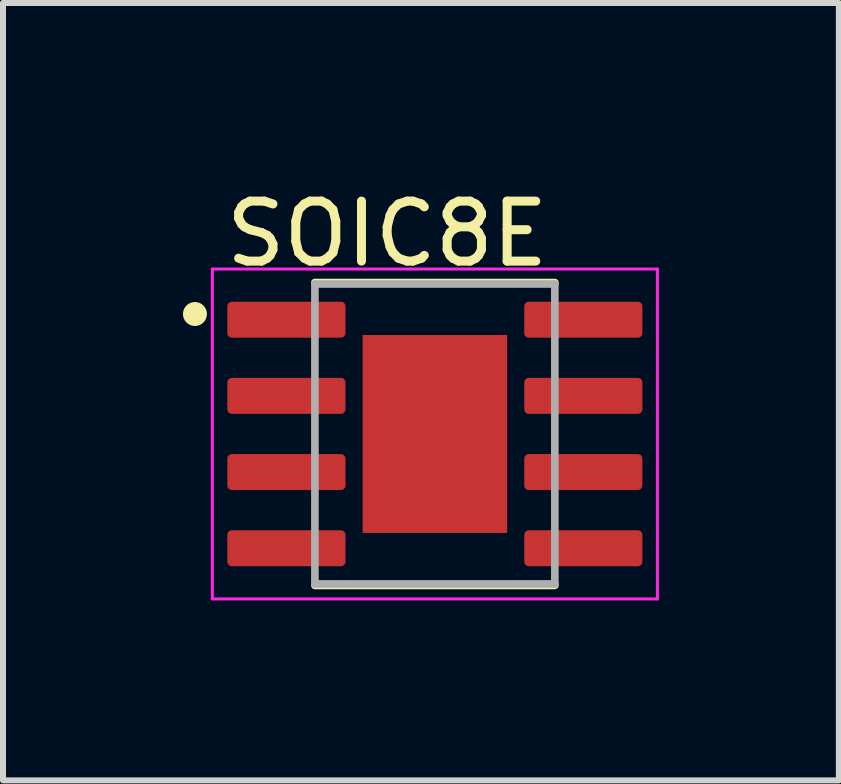
<source format=kicad_pcb>
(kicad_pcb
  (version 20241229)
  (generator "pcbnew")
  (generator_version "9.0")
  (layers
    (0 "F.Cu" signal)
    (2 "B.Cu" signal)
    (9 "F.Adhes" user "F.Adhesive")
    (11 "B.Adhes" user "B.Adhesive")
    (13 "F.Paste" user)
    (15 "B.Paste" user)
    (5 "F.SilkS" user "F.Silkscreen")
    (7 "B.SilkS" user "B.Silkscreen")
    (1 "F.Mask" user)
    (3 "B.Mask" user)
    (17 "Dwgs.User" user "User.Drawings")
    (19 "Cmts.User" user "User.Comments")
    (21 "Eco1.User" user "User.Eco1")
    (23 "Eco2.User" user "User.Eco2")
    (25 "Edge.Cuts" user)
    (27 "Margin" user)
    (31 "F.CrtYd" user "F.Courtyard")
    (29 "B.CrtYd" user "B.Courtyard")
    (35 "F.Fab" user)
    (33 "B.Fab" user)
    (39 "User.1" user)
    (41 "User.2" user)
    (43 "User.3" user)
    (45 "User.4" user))
  (footprint "SOIC8E"
    (layer "F.Cu")
    (at 4.2 4.185)
    (property "Reference" "SOIC8E" (at -0.795 -3.337 0) (layer "F.SilkS") (effects (font (size 1 1) (thickness 0.15))))
    (attr smd)
    (fp_line (start -2 -2.525) (end 2 -2.525) (stroke (width 0.127) (type solid)) (layer "F.SilkS"))
    (fp_line (start -2 2.525) (end 2 2.525) (stroke (width 0.127) (type solid)) (layer "F.SilkS"))
    (fp_circle (center -4 -2) (end -3.9 -2) (stroke (width 0.2) (type solid)) (fill no) (layer "F.SilkS"))
    (fp_poly (pts (xy -0.935 -1.375) (xy -0.135 -1.375) (xy -0.135 -0.135) (xy -0.935 -0.135)) (stroke (width 0.01) (type solid)) (fill yes) (layer "F.Paste"))
    (fp_poly (pts (xy -0.935 0.135) (xy -0.135 0.135) (xy -0.135 1.375) (xy -0.935 1.375)) (stroke (width 0.01) (type solid)) (fill yes) (layer "F.Paste"))
    (fp_poly (pts (xy 0.135 -1.375) (xy 0.935 -1.375) (xy 0.935 -0.135) (xy 0.135 -0.135)) (stroke (width 0.01) (type solid)) (fill yes) (layer "F.Paste"))
    (fp_poly (pts (xy 0.135 0.135) (xy 0.935 0.135) (xy 0.935 1.375) (xy 0.135 1.375)) (stroke (width 0.01) (type solid)) (fill yes) (layer "F.Paste"))
    (fp_line (start -3.71 -2.75) (end -3.71 2.75) (stroke (width 0.05) (type solid)) (layer "F.CrtYd"))
    (fp_line (start -3.71 -2.75) (end 3.71 -2.75) (stroke (width 0.05) (type solid)) (layer "F.CrtYd"))
    (fp_line (start -3.71 2.75) (end 3.71 2.75) (stroke (width 0.05) (type solid)) (layer "F.CrtYd"))
    (fp_line (start 3.71 -2.75) (end 3.71 2.75) (stroke (width 0.05) (type solid)) (layer "F.CrtYd"))
    (fp_line (start -2 -2.5) (end -2 2.5) (stroke (width 0.127) (type solid)) (layer "F.Fab"))
    (fp_line (start -2 -2.5) (end 2 -2.5) (stroke (width 0.127) (type solid)) (layer "F.Fab"))
    (fp_line (start -2 2.5) (end 2 2.5) (stroke (width 0.127) (type solid)) (layer "F.Fab"))
    (fp_line (start 2 -2.5) (end 2 2.5) (stroke (width 0.127) (type solid)) (layer "F.Fab"))
    (pad "1" smd roundrect (at -2.475 -1.905) (size 1.97 0.6) (layers "F.Cu" "F.Mask" "F.Paste") (roundrect_rratio 0.125))
    (pad "2" smd roundrect (at -2.475 -0.635) (size 1.97 0.6) (layers "F.Cu" "F.Mask" "F.Paste") (roundrect_rratio 0.125))
    (pad "2" smd rect (at 0 0) (size 2.41 3.3) (layers "F.Cu" "F.Mask"))
    (pad "3" smd roundrect (at -2.475 0.635) (size 1.97 0.6) (layers "F.Cu" "F.Mask" "F.Paste") (roundrect_rratio 0.125))
    (pad "4" smd roundrect (at -2.475 1.905) (size 1.97 0.6) (layers "F.Cu" "F.Mask" "F.Paste") (roundrect_rratio 0.125))
    (pad "5" smd roundrect (at 2.475 1.905) (size 1.97 0.6) (layers "F.Cu" "F.Mask" "F.Paste") (roundrect_rratio 0.125))
    (pad "6" smd roundrect (at 2.475 0.635) (size 1.97 0.6) (layers "F.Cu" "F.Mask" "F.Paste") (roundrect_rratio 0.125))
    (pad "7" smd roundrect (at 2.475 -0.635) (size 1.97 0.6) (layers "F.Cu" "F.Mask" "F.Paste") (roundrect_rratio 0.125))
    (pad "8" smd roundrect (at 2.475 -1.905) (size 1.97 0.6) (layers "F.Cu" "F.Mask" "F.Paste") (roundrect_rratio 0.125)))
  (gr_rect
    (start -3 -3)
    (end 10.935 9.96)
    (stroke (width 0.1) (type default))
    (fill no)
    (layer "Edge.Cuts")))
</source>
